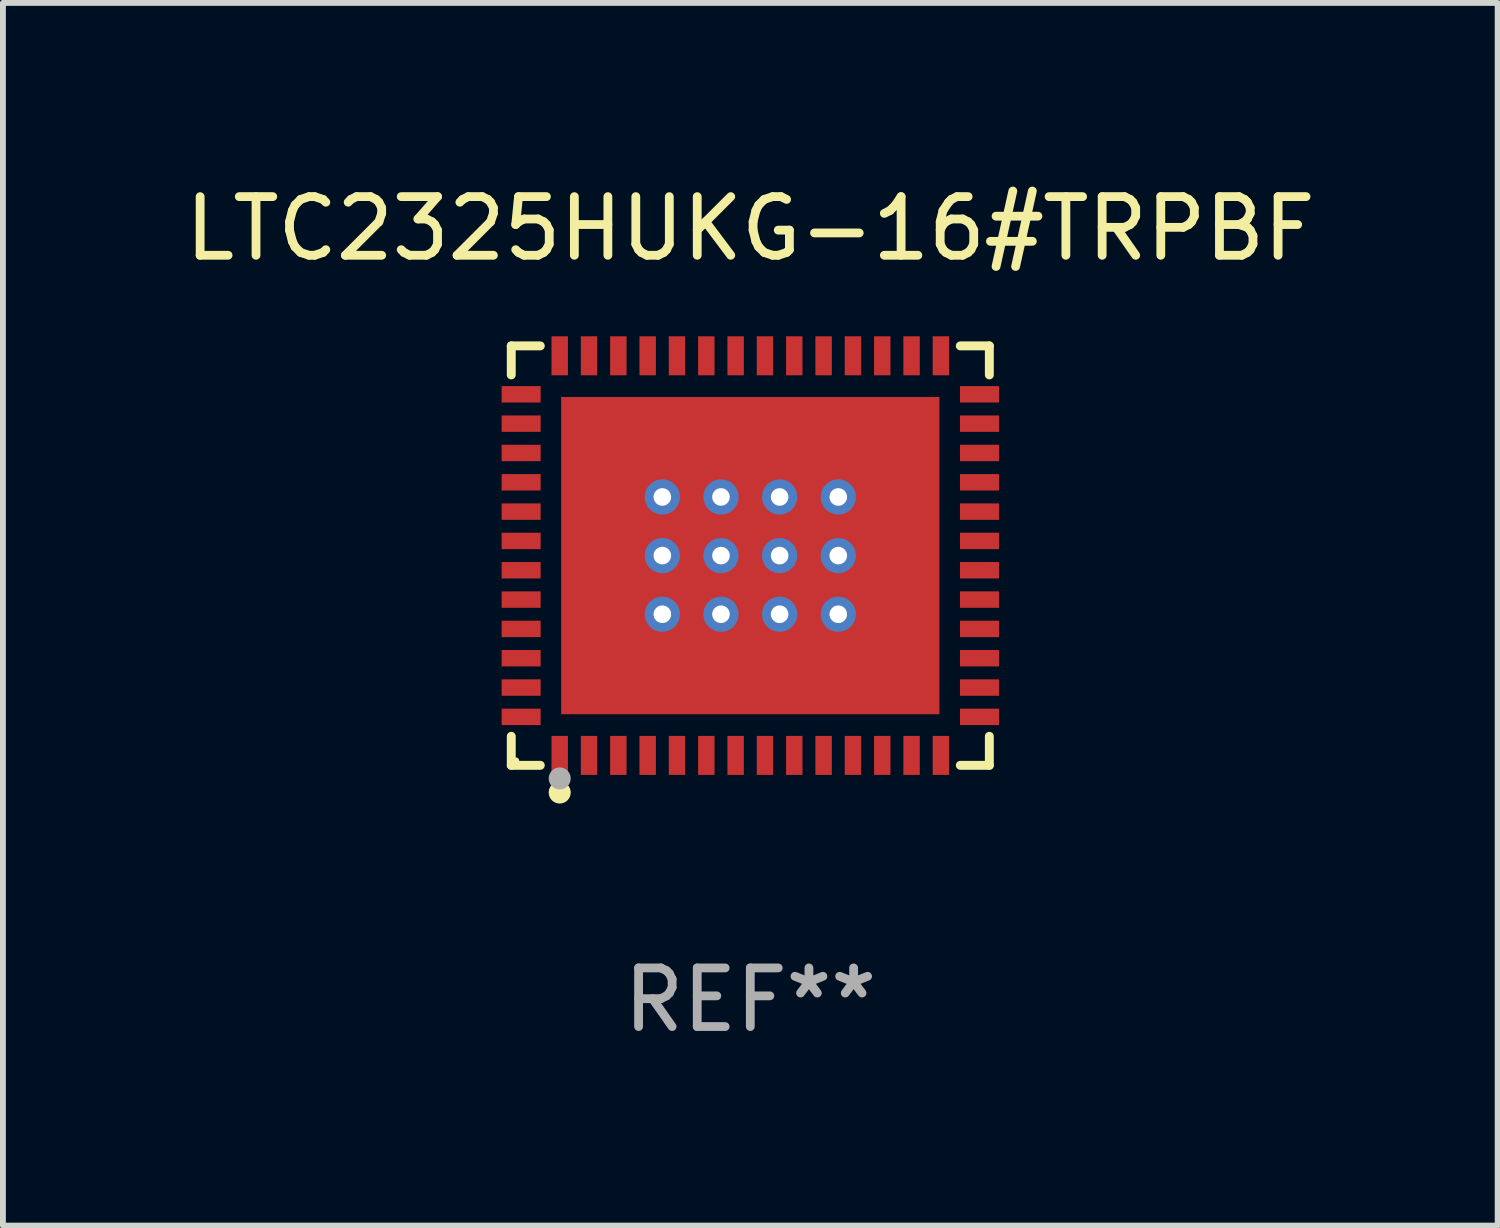
<source format=kicad_pcb>
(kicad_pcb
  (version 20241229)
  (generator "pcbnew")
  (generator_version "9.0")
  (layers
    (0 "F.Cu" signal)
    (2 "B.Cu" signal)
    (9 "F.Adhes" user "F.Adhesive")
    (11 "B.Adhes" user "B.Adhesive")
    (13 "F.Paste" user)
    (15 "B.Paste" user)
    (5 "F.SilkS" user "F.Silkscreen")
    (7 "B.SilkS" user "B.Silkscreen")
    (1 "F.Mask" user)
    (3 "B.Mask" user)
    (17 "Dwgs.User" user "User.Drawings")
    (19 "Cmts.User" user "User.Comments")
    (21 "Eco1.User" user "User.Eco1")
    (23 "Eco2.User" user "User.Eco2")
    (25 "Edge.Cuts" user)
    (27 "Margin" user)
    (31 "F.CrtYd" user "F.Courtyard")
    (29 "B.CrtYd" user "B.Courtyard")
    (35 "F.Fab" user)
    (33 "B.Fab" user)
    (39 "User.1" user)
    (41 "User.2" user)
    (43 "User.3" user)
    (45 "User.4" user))
  (footprint "LTC2325HUKG-16#TRPBF"
    (layer "F.Cu")
    (at 9.744 6.424)
    (property "Reference" "LTC2325HUKG-16#TRPBF" (at 0 -5.576 0) (layer "F.SilkS") (effects (font (size 1 1) (thickness 0.15))))
    (attr through_hole)
    (fp_line (start -4.076 -3.576) (end -3.581 -3.576) (stroke (width 0.152) (type solid)) (layer "F.SilkS"))
    (fp_line (start -4.076 -3.081) (end -4.076 -3.576) (stroke (width 0.152) (type solid)) (layer "F.SilkS"))
    (fp_line (start -4.076 3.081) (end -4.076 3.576) (stroke (width 0.152) (type solid)) (layer "F.SilkS"))
    (fp_line (start -4.076 3.576) (end -3.581 3.576) (stroke (width 0.152) (type solid)) (layer "F.SilkS"))
    (fp_line (start 4.076 -3.576) (end 3.581 -3.576) (stroke (width 0.152) (type solid)) (layer "F.SilkS"))
    (fp_line (start 4.076 -3.081) (end 4.076 -3.576) (stroke (width 0.152) (type solid)) (layer "F.SilkS"))
    (fp_line (start 4.076 3.081) (end 4.076 3.576) (stroke (width 0.152) (type solid)) (layer "F.SilkS"))
    (fp_line (start 4.076 3.576) (end 3.581 3.576) (stroke (width 0.152) (type solid)) (layer "F.SilkS"))
    (fp_circle (center -4 3.5) (end -3.97 3.5) (stroke (width 0.06) (type solid)) (fill no) (layer "F.SilkS"))
    (fp_circle (center -3.25 4.04) (end -3.156 4.04) (stroke (width 0.188) (type solid)) (fill no) (layer "F.SilkS"))
    (fp_circle (center -3.25 3.8) (end -3.156 3.8) (stroke (width 0.188) (type solid)) (fill no) (layer "F.Fab"))
    (fp_text user "REF**" (at 0 7.576 0) (layer "F.Fab") (effects (font (size 1 1) (thickness 0.15))))
    (pad "1" smd rect (at -3.25 3.407) (size 0.28 0.665) (layers "F.Cu" "F.Mask" "F.Paste"))
    (pad "2" smd rect (at -2.75 3.407) (size 0.28 0.665) (layers "F.Cu" "F.Mask" "F.Paste"))
    (pad "3" smd rect (at -2.25 3.407) (size 0.28 0.665) (layers "F.Cu" "F.Mask" "F.Paste"))
    (pad "4" smd rect (at -1.75 3.407) (size 0.28 0.665) (layers "F.Cu" "F.Mask" "F.Paste"))
    (pad "5" smd rect (at -1.25 3.407) (size 0.28 0.665) (layers "F.Cu" "F.Mask" "F.Paste"))
    (pad "6" smd rect (at -0.75 3.407) (size 0.28 0.665) (layers "F.Cu" "F.Mask" "F.Paste"))
    (pad "7" smd rect (at -0.25 3.407) (size 0.28 0.665) (layers "F.Cu" "F.Mask" "F.Paste"))
    (pad "8" smd rect (at 0.25 3.407) (size 0.28 0.665) (layers "F.Cu" "F.Mask" "F.Paste"))
    (pad "9" smd rect (at 0.75 3.407) (size 0.28 0.665) (layers "F.Cu" "F.Mask" "F.Paste"))
    (pad "10" smd rect (at 1.25 3.407) (size 0.28 0.665) (layers "F.Cu" "F.Mask" "F.Paste"))
    (pad "11" smd rect (at 1.75 3.407) (size 0.28 0.665) (layers "F.Cu" "F.Mask" "F.Paste"))
    (pad "12" smd rect (at 2.25 3.407) (size 0.28 0.665) (layers "F.Cu" "F.Mask" "F.Paste"))
    (pad "13" smd rect (at 2.75 3.407) (size 0.28 0.665) (layers "F.Cu" "F.Mask" "F.Paste"))
    (pad "14" smd rect (at 3.25 3.407) (size 0.28 0.665) (layers "F.Cu" "F.Mask" "F.Paste"))
    (pad "15" smd rect (at 3.908 2.75) (size 0.665 0.28) (layers "F.Cu" "F.Mask" "F.Paste"))
    (pad "16" smd rect (at 3.908 2.25) (size 0.665 0.28) (layers "F.Cu" "F.Mask" "F.Paste"))
    (pad "17" smd rect (at 3.908 1.75) (size 0.665 0.28) (layers "F.Cu" "F.Mask" "F.Paste"))
    (pad "18" smd rect (at 3.908 1.25) (size 0.665 0.28) (layers "F.Cu" "F.Mask" "F.Paste"))
    (pad "19" smd rect (at 3.908 0.75) (size 0.665 0.28) (layers "F.Cu" "F.Mask" "F.Paste"))
    (pad "20" smd rect (at 3.908 0.25) (size 0.665 0.28) (layers "F.Cu" "F.Mask" "F.Paste"))
    (pad "21" smd rect (at 3.908 -0.25) (size 0.665 0.28) (layers "F.Cu" "F.Mask" "F.Paste"))
    (pad "22" smd rect (at 3.908 -0.75) (size 0.665 0.28) (layers "F.Cu" "F.Mask" "F.Paste"))
    (pad "23" smd rect (at 3.908 -1.25) (size 0.665 0.28) (layers "F.Cu" "F.Mask" "F.Paste"))
    (pad "24" smd rect (at 3.908 -1.75) (size 0.665 0.28) (layers "F.Cu" "F.Mask" "F.Paste"))
    (pad "25" smd rect (at 3.908 -2.25) (size 0.665 0.28) (layers "F.Cu" "F.Mask" "F.Paste"))
    (pad "26" smd rect (at 3.908 -2.75) (size 0.665 0.28) (layers "F.Cu" "F.Mask" "F.Paste"))
    (pad "27" smd rect (at 3.25 -3.407) (size 0.28 0.665) (layers "F.Cu" "F.Mask" "F.Paste"))
    (pad "28" smd rect (at 2.75 -3.407) (size 0.28 0.665) (layers "F.Cu" "F.Mask" "F.Paste"))
    (pad "29" smd rect (at 2.25 -3.407) (size 0.28 0.665) (layers "F.Cu" "F.Mask" "F.Paste"))
    (pad "30" smd rect (at 1.75 -3.407) (size 0.28 0.665) (layers "F.Cu" "F.Mask" "F.Paste"))
    (pad "31" smd rect (at 1.25 -3.407) (size 0.28 0.665) (layers "F.Cu" "F.Mask" "F.Paste"))
    (pad "32" smd rect (at 0.75 -3.407) (size 0.28 0.665) (layers "F.Cu" "F.Mask" "F.Paste"))
    (pad "33" smd rect (at 0.25 -3.407) (size 0.28 0.665) (layers "F.Cu" "F.Mask" "F.Paste"))
    (pad "34" smd rect (at -0.25 -3.407) (size 0.28 0.665) (layers "F.Cu" "F.Mask" "F.Paste"))
    (pad "35" smd rect (at -0.75 -3.407) (size 0.28 0.665) (layers "F.Cu" "F.Mask" "F.Paste"))
    (pad "36" smd rect (at -1.25 -3.407) (size 0.28 0.665) (layers "F.Cu" "F.Mask" "F.Paste"))
    (pad "37" smd rect (at -1.75 -3.407) (size 0.28 0.665) (layers "F.Cu" "F.Mask" "F.Paste"))
    (pad "38" smd rect (at -2.25 -3.407) (size 0.28 0.665) (layers "F.Cu" "F.Mask" "F.Paste"))
    (pad "39" smd rect (at -2.75 -3.407) (size 0.28 0.665) (layers "F.Cu" "F.Mask" "F.Paste"))
    (pad "40" smd rect (at -3.25 -3.407) (size 0.28 0.665) (layers "F.Cu" "F.Mask" "F.Paste"))
    (pad "41" smd rect (at -3.908 -2.75) (size 0.665 0.28) (layers "F.Cu" "F.Mask" "F.Paste"))
    (pad "42" smd rect (at -3.908 -2.25) (size 0.665 0.28) (layers "F.Cu" "F.Mask" "F.Paste"))
    (pad "43" smd rect (at -3.908 -1.75) (size 0.665 0.28) (layers "F.Cu" "F.Mask" "F.Paste"))
    (pad "44" smd rect (at -3.908 -1.25) (size 0.665 0.28) (layers "F.Cu" "F.Mask" "F.Paste"))
    (pad "45" smd rect (at -3.908 -0.75) (size 0.665 0.28) (layers "F.Cu" "F.Mask" "F.Paste"))
    (pad "46" smd rect (at -3.908 -0.25) (size 0.665 0.28) (layers "F.Cu" "F.Mask" "F.Paste"))
    (pad "47" smd rect (at -3.908 0.25) (size 0.665 0.28) (layers "F.Cu" "F.Mask" "F.Paste"))
    (pad "48" smd rect (at -3.908 0.75) (size 0.665 0.28) (layers "F.Cu" "F.Mask" "F.Paste"))
    (pad "49" smd rect (at -3.908 1.25) (size 0.665 0.28) (layers "F.Cu" "F.Mask" "F.Paste"))
    (pad "50" smd rect (at -3.908 1.75) (size 0.665 0.28) (layers "F.Cu" "F.Mask" "F.Paste"))
    (pad "51" smd rect (at -3.908 2.25) (size 0.665 0.28) (layers "F.Cu" "F.Mask" "F.Paste"))
    (pad "52" smd rect (at -3.908 2.75) (size 0.665 0.28) (layers "F.Cu" "F.Mask" "F.Paste"))
    (pad "53" thru_hole circle (at -1.5 -1) (size 0.6 0.6) (drill 0.3) (layers "*.Cu" "*.Mask"))
    (pad "53" thru_hole circle (at -1.5 0) (size 0.6 0.6) (drill 0.3) (layers "*.Cu" "*.Mask"))
    (pad "53" thru_hole circle (at -1.5 1) (size 0.6 0.6) (drill 0.3) (layers "*.Cu" "*.Mask"))
    (pad "53" thru_hole circle (at -0.5 -1) (size 0.6 0.6) (drill 0.3) (layers "*.Cu" "*.Mask"))
    (pad "53" thru_hole circle (at -0.5 0) (size 0.6 0.6) (drill 0.3) (layers "*.Cu" "*.Mask"))
    (pad "53" thru_hole circle (at -0.5 1) (size 0.6 0.6) (drill 0.3) (layers "*.Cu" "*.Mask"))
    (pad "53" smd rect (at 0 0) (size 6.45 5.41) (layers "F.Cu" "F.Mask" "F.Paste"))
    (pad "53" thru_hole circle (at 0.5 -1) (size 0.6 0.6) (drill 0.3) (layers "*.Cu" "*.Mask"))
    (pad "53" thru_hole circle (at 0.5 0) (size 0.6 0.6) (drill 0.3) (layers "*.Cu" "*.Mask"))
    (pad "53" thru_hole circle (at 0.5 1) (size 0.6 0.6) (drill 0.3) (layers "*.Cu" "*.Mask"))
    (pad "53" thru_hole circle (at 1.5 -1) (size 0.6 0.6) (drill 0.3) (layers "*.Cu" "*.Mask"))
    (pad "53" thru_hole circle (at 1.5 0) (size 0.6 0.6) (drill 0.3) (layers "*.Cu" "*.Mask"))
    (pad "53" thru_hole circle (at 1.5 1) (size 0.6 0.6) (drill 0.3) (layers "*.Cu" "*.Mask")))
  (gr_rect
    (start -3 -3)
    (end 22.488 17.849)
    (stroke (width 0.1) (type default))
    (fill no)
    (layer "Edge.Cuts")))
</source>
